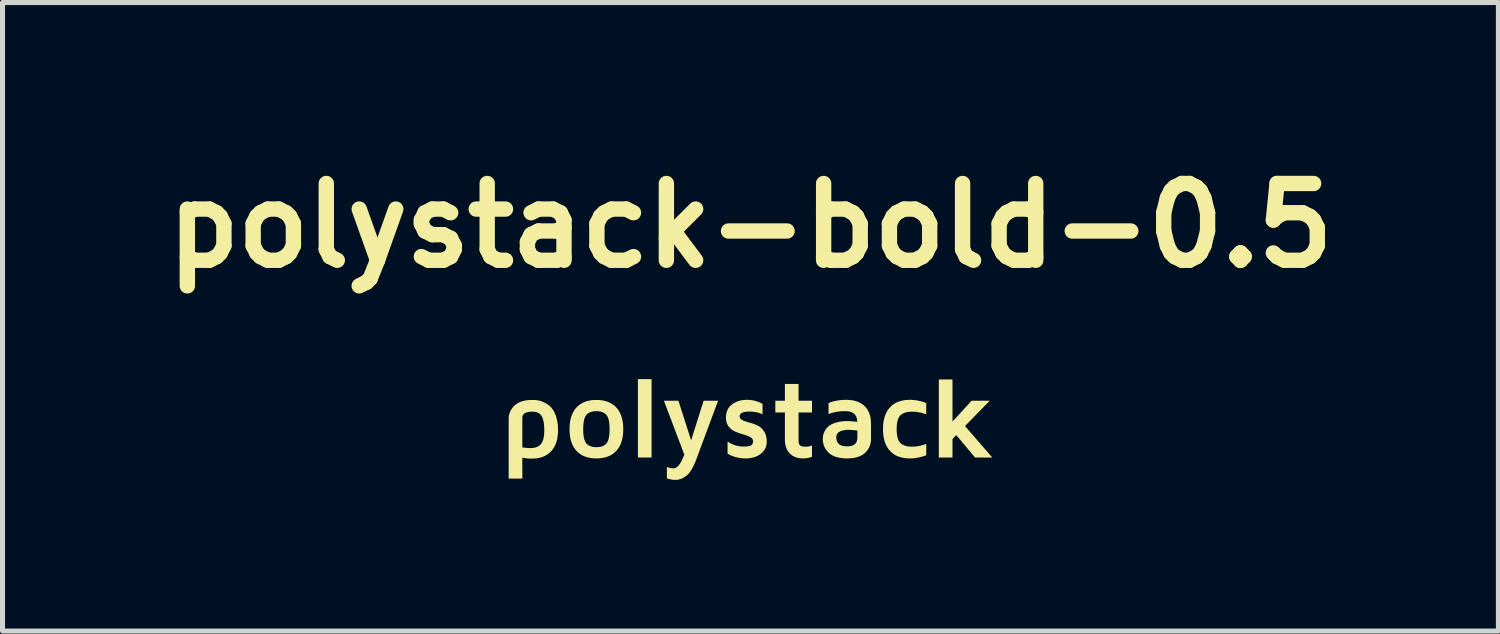
<source format=kicad_pcb>
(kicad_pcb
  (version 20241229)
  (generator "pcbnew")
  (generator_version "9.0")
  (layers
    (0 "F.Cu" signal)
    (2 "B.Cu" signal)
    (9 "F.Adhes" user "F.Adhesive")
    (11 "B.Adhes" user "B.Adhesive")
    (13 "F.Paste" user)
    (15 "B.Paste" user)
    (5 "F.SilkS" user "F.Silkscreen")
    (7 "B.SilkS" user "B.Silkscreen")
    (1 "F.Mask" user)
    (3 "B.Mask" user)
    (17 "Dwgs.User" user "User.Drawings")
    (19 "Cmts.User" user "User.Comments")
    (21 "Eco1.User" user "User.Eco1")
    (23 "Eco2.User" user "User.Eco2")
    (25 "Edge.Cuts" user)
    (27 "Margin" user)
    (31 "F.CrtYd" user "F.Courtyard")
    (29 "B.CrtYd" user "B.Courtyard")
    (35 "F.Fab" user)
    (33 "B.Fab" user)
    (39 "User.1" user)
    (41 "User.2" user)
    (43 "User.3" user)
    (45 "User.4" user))
  (footprint "polystack-bold-0.5"
    (layer "F.Cu")
    (at 11.844 5.474)
    (property "Reference" "polystack-bold-0.5" (at 0 -4.048 0) (layer "F.SilkS") (effects (font (size 1.524 1.524) (thickness 0.305))))
    (attr smd)
    (fp_poly (pts (xy -2.234 0.556) (xy -2.234 -1) (xy -1.963 -1) (xy -1.963 0.556) (xy -2.234 0.556)) (stroke (width 0) (type solid)) (fill yes) (layer "F.SilkS"))
    (fp_poly (pts (xy 3.738 0.556) (xy 3.738 -0.993) (xy 4.009 -0.993) (xy 4.009 -0.158) (xy 4.388 -0.571) (xy 4.748 -0.571) (xy 4.257 -0.069) (xy 4.799 0.556) (xy 4.457 0.556) (xy 4.084 0.111) (xy 4.009 0.187) (xy 4.009 0.556) (xy 3.738 0.556)) (stroke (width 0) (type solid)) (fill yes) (layer "F.SilkS"))
    (fp_poly (pts (xy 0.493 -0.338) (xy 0.493 -0.571) (xy 0.683 -0.571) (xy 0.683 -0.905) (xy 0.954 -0.905) (xy 0.954 -0.571) (xy 1.221 -0.571) (xy 1.221 -0.338) (xy 0.954 -0.338) (xy 0.954 0.217) (xy 0.955 0.235) (xy 0.956 0.251) (xy 0.958 0.265) (xy 0.962 0.278) (xy 0.966 0.29) (xy 0.971 0.3) (xy 0.977 0.308) (xy 0.984 0.315) (xy 0.991 0.321) (xy 1 0.325) (xy 1.01 0.329) (xy 1.021 0.333) (xy 1.033 0.336) (xy 1.046 0.338) (xy 1.06 0.339) (xy 1.075 0.34) (xy 1.092 0.341) (xy 1.106 0.34) (xy 1.12 0.34) (xy 1.134 0.338) (xy 1.148 0.337) (xy 1.161 0.335) (xy 1.173 0.332) (xy 1.186 0.329) (xy 1.198 0.325) (xy 1.21 0.321) (xy 1.221 0.316) (xy 1.221 0.54) (xy 1.209 0.545) (xy 1.196 0.55) (xy 1.184 0.554) (xy 1.171 0.557) (xy 1.158 0.561) (xy 1.145 0.564) (xy 1.131 0.566) (xy 1.118 0.568) (xy 1.104 0.57) (xy 1.09 0.571) (xy 1.076 0.572) (xy 1.062 0.573) (xy 1.048 0.573) (xy 1.042 0.573) (xy 1.027 0.573) (xy 1.012 0.572) (xy 0.998 0.571) (xy 0.984 0.57) (xy 0.97 0.568) (xy 0.956 0.566) (xy 0.943 0.563) (xy 0.93 0.56) (xy 0.917 0.557) (xy 0.905 0.553) (xy 0.893 0.548) (xy 0.881 0.544) (xy 0.869 0.539) (xy 0.858 0.533) (xy 0.847 0.527) (xy 0.837 0.521) (xy 0.826 0.514) (xy 0.816 0.507) (xy 0.806 0.499) (xy 0.797 0.491) (xy 0.788 0.483) (xy 0.779 0.474) (xy 0.771 0.465) (xy 0.763 0.456) (xy 0.755 0.447) (xy 0.748 0.437) (xy 0.742 0.427) (xy 0.735 0.417) (xy 0.729 0.407) (xy 0.724 0.396) (xy 0.718 0.385) (xy 0.714 0.374) (xy 0.709 0.362) (xy 0.705 0.35) (xy 0.701 0.338) (xy 0.698 0.325) (xy 0.695 0.313) (xy 0.692 0.3) (xy 0.689 0.286) (xy 0.687 0.273) (xy 0.686 0.259) (xy 0.685 0.245) (xy 0.684 0.23) (xy 0.683 0.216) (xy 0.683 0.201) (xy 0.683 -0.338) (xy 0.493 -0.338)) (stroke (width 0) (type solid)) (fill yes) (layer "F.SilkS"))
    (fp_poly (pts (xy -1.718 -0.571) (xy -1.43 -0.571) (xy -1.178 0.215) (xy -0.93 -0.571) (xy -0.643 -0.571) (xy -1.072 0.583) (xy -1.078 0.6) (xy -1.085 0.616) (xy -1.091 0.632) (xy -1.097 0.648) (xy -1.104 0.663) (xy -1.11 0.678) (xy -1.117 0.692) (xy -1.123 0.707) (xy -1.13 0.72) (xy -1.136 0.734) (xy -1.143 0.747) (xy -1.15 0.759) (xy -1.156 0.771) (xy -1.163 0.783) (xy -1.17 0.794) (xy -1.177 0.805) (xy -1.183 0.816) (xy -1.19 0.826) (xy -1.197 0.836) (xy -1.204 0.846) (xy -1.211 0.855) (xy -1.218 0.864) (xy -1.225 0.872) (xy -1.232 0.88) (xy -1.239 0.887) (xy -1.247 0.895) (xy -1.254 0.901) (xy -1.261 0.908) (xy -1.268 0.914) (xy -1.28 0.923) (xy -1.292 0.932) (xy -1.304 0.94) (xy -1.316 0.948) (xy -1.328 0.955) (xy -1.34 0.962) (xy -1.352 0.968) (xy -1.364 0.973) (xy -1.376 0.978) (xy -1.388 0.983) (xy -1.401 0.987) (xy -1.413 0.99) (xy -1.425 0.993) (xy -1.438 0.996) (xy -1.45 0.998) (xy -1.463 0.999) (xy -1.475 1) (xy -1.488 1) (xy -1.501 1) (xy -1.514 0.999) (xy -1.527 0.998) (xy -1.54 0.997) (xy -1.553 0.995) (xy -1.566 0.993) (xy -1.579 0.991) (xy -1.592 0.988) (xy -1.605 0.985) (xy -1.619 0.982) (xy -1.632 0.978) (xy -1.645 0.974) (xy -1.659 0.969) (xy -1.659 0.743) (xy -1.646 0.748) (xy -1.633 0.753) (xy -1.62 0.757) (xy -1.607 0.761) (xy -1.594 0.764) (xy -1.581 0.766) (xy -1.569 0.768) (xy -1.556 0.769) (xy -1.543 0.77) (xy -1.531 0.771) (xy -1.523 0.77) (xy -1.515 0.769) (xy -1.507 0.768) (xy -1.499 0.765) (xy -1.491 0.762) (xy -1.483 0.759) (xy -1.475 0.755) (xy -1.468 0.75) (xy -1.46 0.744) (xy -1.452 0.738) (xy -1.444 0.731) (xy -1.437 0.724) (xy -1.429 0.716) (xy -1.422 0.707) (xy -1.414 0.697) (xy -1.407 0.687) (xy -1.399 0.677) (xy -1.392 0.665) (xy -1.385 0.653) (xy -1.377 0.641) (xy -1.37 0.627) (xy -1.363 0.613) (xy -1.356 0.599) (xy -1.349 0.583) (xy -1.342 0.567) (xy -1.334 0.551) (xy -1.327 0.534) (xy -1.32 0.516) (xy -1.314 0.497) (xy -1.718 -0.571)) (stroke (width 0) (type solid)) (fill yes) (layer "F.SilkS"))
    (fp_poly (pts (xy 2.63 -0.007) (xy 2.63 -0.023) (xy 2.63 -0.038) (xy 2.631 -0.054) (xy 2.632 -0.069) (xy 2.633 -0.085) (xy 2.634 -0.099) (xy 2.635 -0.114) (xy 2.637 -0.129) (xy 2.639 -0.143) (xy 2.641 -0.157) (xy 2.643 -0.171) (xy 2.646 -0.185) (xy 2.649 -0.198) (xy 2.652 -0.211) (xy 2.655 -0.224) (xy 2.659 -0.237) (xy 2.662 -0.25) (xy 2.666 -0.262) (xy 2.67 -0.274) (xy 2.675 -0.286) (xy 2.679 -0.298) (xy 2.684 -0.309) (xy 2.689 -0.32) (xy 2.695 -0.331) (xy 2.7 -0.342) (xy 2.706 -0.353) (xy 2.712 -0.363) (xy 2.718 -0.374) (xy 2.724 -0.383) (xy 2.731 -0.393) (xy 2.738 -0.403) (xy 2.745 -0.412) (xy 2.752 -0.421) (xy 2.76 -0.43) (xy 2.768 -0.439) (xy 2.776 -0.448) (xy 2.785 -0.456) (xy 2.794 -0.465) (xy 2.803 -0.473) (xy 2.812 -0.481) (xy 2.822 -0.488) (xy 2.831 -0.496) (xy 2.841 -0.503) (xy 2.852 -0.509) (xy 2.862 -0.516) (xy 2.873 -0.522) (xy 2.884 -0.528) (xy 2.895 -0.534) (xy 2.906 -0.539) (xy 2.918 -0.544) (xy 2.929 -0.549) (xy 2.941 -0.553) (xy 2.953 -0.558) (xy 2.966 -0.562) (xy 2.978 -0.565) (xy 2.991 -0.569) (xy 3.004 -0.572) (xy 3.018 -0.575) (xy 3.031 -0.578) (xy 3.045 -0.58) (xy 3.059 -0.582) (xy 3.073 -0.584) (xy 3.087 -0.585) (xy 3.102 -0.586) (xy 3.117 -0.587) (xy 3.132 -0.588) (xy 3.147 -0.589) (xy 3.162 -0.589) (xy 3.176 -0.589) (xy 3.19 -0.588) (xy 3.204 -0.588) (xy 3.217 -0.587) (xy 3.231 -0.586) (xy 3.245 -0.585) (xy 3.258 -0.583) (xy 3.272 -0.582) (xy 3.286 -0.58) (xy 3.299 -0.578) (xy 3.313 -0.575) (xy 3.326 -0.573) (xy 3.34 -0.57) (xy 3.353 -0.567) (xy 3.367 -0.564) (xy 3.38 -0.561) (xy 3.394 -0.557) (xy 3.407 -0.553) (xy 3.421 -0.549) (xy 3.434 -0.545) (xy 3.447 -0.541) (xy 3.461 -0.536) (xy 3.474 -0.531) (xy 3.488 -0.526) (xy 3.488 -0.3) (xy 3.475 -0.305) (xy 3.462 -0.31) (xy 3.449 -0.314) (xy 3.436 -0.318) (xy 3.423 -0.323) (xy 3.41 -0.326) (xy 3.397 -0.33) (xy 3.384 -0.333) (xy 3.371 -0.336) (xy 3.357 -0.339) (xy 3.344 -0.342) (xy 3.331 -0.344) (xy 3.317 -0.346) (xy 3.304 -0.348) (xy 3.29 -0.349) (xy 3.277 -0.351) (xy 3.263 -0.352) (xy 3.249 -0.353) (xy 3.235 -0.353) (xy 3.221 -0.354) (xy 3.208 -0.354) (xy 3.191 -0.354) (xy 3.176 -0.353) (xy 3.16 -0.352) (xy 3.146 -0.351) (xy 3.131 -0.349) (xy 3.117 -0.347) (xy 3.104 -0.344) (xy 3.091 -0.341) (xy 3.078 -0.338) (xy 3.066 -0.334) (xy 3.054 -0.33) (xy 3.043 -0.325) (xy 3.032 -0.32) (xy 3.022 -0.315) (xy 3.012 -0.309) (xy 3.002 -0.303) (xy 2.993 -0.297) (xy 2.984 -0.29) (xy 2.976 -0.282) (xy 2.969 -0.276) (xy 2.963 -0.268) (xy 2.957 -0.26) (xy 2.951 -0.252) (xy 2.946 -0.243) (xy 2.941 -0.234) (xy 2.936 -0.224) (xy 2.931 -0.213) (xy 2.927 -0.202) (xy 2.923 -0.19) (xy 2.92 -0.178) (xy 2.917 -0.165) (xy 2.914 -0.152) (xy 2.911 -0.138) (xy 2.909 -0.123) (xy 2.907 -0.108) (xy 2.905 -0.093) (xy 2.904 -0.077) (xy 2.902 -0.06) (xy 2.902 -0.043) (xy 2.901 -0.025) (xy 2.901 -0.007) (xy 2.901 0.012) (xy 2.902 0.029) (xy 2.902 0.046) (xy 2.904 0.063) (xy 2.905 0.079) (xy 2.907 0.094) (xy 2.909 0.109) (xy 2.911 0.124) (xy 2.914 0.138) (xy 2.917 0.151) (xy 2.92 0.164) (xy 2.923 0.176) (xy 2.927 0.188) (xy 2.931 0.199) (xy 2.936 0.21) (xy 2.941 0.22) (xy 2.946 0.229) (xy 2.951 0.238) (xy 2.957 0.247) (xy 2.963 0.255) (xy 2.969 0.262) (xy 2.976 0.269) (xy 2.984 0.276) (xy 2.993 0.283) (xy 3.002 0.29) (xy 3.012 0.296) (xy 3.022 0.302) (xy 3.032 0.307) (xy 3.043 0.312) (xy 3.054 0.317) (xy 3.066 0.321) (xy 3.078 0.325) (xy 3.091 0.328) (xy 3.104 0.331) (xy 3.117 0.334) (xy 3.131 0.336) (xy 3.146 0.337) (xy 3.16 0.339) (xy 3.176 0.34) (xy 3.191 0.34) (xy 3.208 0.341) (xy 3.221 0.341) (xy 3.234 0.34) (xy 3.248 0.339) (xy 3.261 0.339) (xy 3.274 0.337) (xy 3.288 0.336) (xy 3.301 0.334) (xy 3.314 0.332) (xy 3.328 0.33) (xy 3.341 0.328) (xy 3.354 0.325) (xy 3.368 0.322) (xy 3.381 0.319) (xy 3.394 0.316) (xy 3.408 0.312) (xy 3.421 0.308) (xy 3.434 0.304) (xy 3.448 0.299) (xy 3.461 0.295) (xy 3.474 0.29) (xy 3.488 0.284) (xy 3.488 0.51) (xy 3.474 0.516) (xy 3.461 0.52) (xy 3.447 0.525) (xy 3.434 0.53) (xy 3.421 0.534) (xy 3.407 0.538) (xy 3.394 0.542) (xy 3.38 0.545) (xy 3.367 0.549) (xy 3.353 0.552) (xy 3.34 0.555) (xy 3.326 0.558) (xy 3.313 0.56) (xy 3.299 0.562) (xy 3.286 0.564) (xy 3.272 0.566) (xy 3.258 0.568) (xy 3.245 0.569) (xy 3.231 0.571) (xy 3.217 0.572) (xy 3.204 0.572) (xy 3.19 0.573) (xy 3.176 0.573) (xy 3.162 0.573) (xy 3.147 0.573) (xy 3.132 0.573) (xy 3.117 0.572) (xy 3.102 0.571) (xy 3.087 0.57) (xy 3.073 0.568) (xy 3.059 0.567) (xy 3.045 0.564) (xy 3.031 0.562) (xy 3.018 0.559) (xy 3.004 0.557) (xy 2.991 0.553) (xy 2.978 0.55) (xy 2.966 0.546) (xy 2.953 0.542) (xy 2.941 0.538) (xy 2.929 0.533) (xy 2.918 0.529) (xy 2.906 0.524) (xy 2.895 0.518) (xy 2.884 0.513) (xy 2.873 0.507) (xy 2.862 0.5) (xy 2.852 0.494) (xy 2.841 0.487) (xy 2.831 0.48) (xy 2.822 0.473) (xy 2.812 0.465) (xy 2.803 0.457) (xy 2.794 0.449) (xy 2.785 0.441) (xy 2.776 0.432) (xy 2.768 0.423) (xy 2.76 0.415) (xy 2.752 0.406) (xy 2.745 0.397) (xy 2.738 0.387) (xy 2.731 0.378) (xy 2.724 0.368) (xy 2.718 0.358) (xy 2.712 0.348) (xy 2.706 0.338) (xy 2.7 0.327) (xy 2.695 0.316) (xy 2.689 0.305) (xy 2.684 0.294) (xy 2.679 0.283) (xy 2.675 0.271) (xy 2.67 0.259) (xy 2.666 0.247) (xy 2.662 0.235) (xy 2.659 0.222) (xy 2.655 0.21) (xy 2.652 0.197) (xy 2.649 0.183) (xy 2.646 0.17) (xy 2.643 0.157) (xy 2.641 0.143) (xy 2.639 0.129) (xy 2.637 0.115) (xy 2.635 0.1) (xy 2.634 0.086) (xy 2.633 0.071) (xy 2.632 0.056) (xy 2.631 0.04) (xy 2.63 0.025) (xy 2.63 0.009) (xy 2.63 -0.007)) (stroke (width 0) (type solid)) (fill yes) (layer "F.SilkS"))
    (fp_poly (pts (xy -4.799 0.973) (xy -4.513 0.357) (xy -4.498 0.359) (xy -4.483 0.361) (xy -4.468 0.362) (xy -4.454 0.364) (xy -4.44 0.365) (xy -4.426 0.366) (xy -4.413 0.367) (xy -4.399 0.367) (xy -4.387 0.368) (xy -4.374 0.368) (xy -4.362 0.368) (xy -4.347 0.368) (xy -4.332 0.367) (xy -4.317 0.366) (xy -4.304 0.364) (xy -4.29 0.362) (xy -4.277 0.359) (xy -4.264 0.355) (xy -4.252 0.351) (xy -4.24 0.347) (xy -4.229 0.342) (xy -4.218 0.336) (xy -4.208 0.33) (xy -4.198 0.324) (xy -4.188 0.317) (xy -4.179 0.309) (xy -4.17 0.301) (xy -4.162 0.292) (xy -4.156 0.285) (xy -4.15 0.277) (xy -4.145 0.269) (xy -4.139 0.26) (xy -4.134 0.251) (xy -4.13 0.241) (xy -4.125 0.231) (xy -4.121 0.221) (xy -4.117 0.21) (xy -4.113 0.198) (xy -4.11 0.186) (xy -4.107 0.173) (xy -4.104 0.16) (xy -4.102 0.147) (xy -4.1 0.133) (xy -4.098 0.118) (xy -4.096 0.103) (xy -4.095 0.088) (xy -4.094 0.072) (xy -4.093 0.055) (xy -4.093 0.038) (xy -4.093 0.021) (xy -4.093 0.003) (xy -4.093 -0.014) (xy -4.094 -0.031) (xy -4.094 -0.047) (xy -4.095 -0.063) (xy -4.097 -0.079) (xy -4.098 -0.094) (xy -4.1 -0.109) (xy -4.101 -0.123) (xy -4.103 -0.137) (xy -4.106 -0.15) (xy -4.108 -0.163) (xy -4.111 -0.175) (xy -4.114 -0.187) (xy -4.117 -0.198) (xy -4.12 -0.209) (xy -4.124 -0.22) (xy -4.127 -0.23) (xy -4.131 -0.24) (xy -4.136 -0.249) (xy -4.14 -0.257) (xy -4.145 -0.266) (xy -4.151 -0.276) (xy -4.158 -0.285) (xy -4.165 -0.294) (xy -4.173 -0.302) (xy -4.182 -0.31) (xy -4.191 -0.317) (xy -4.2 -0.323) (xy -4.21 -0.329) (xy -4.221 -0.334) (xy -4.232 -0.339) (xy -4.244 -0.343) (xy -4.256 -0.346) (xy -4.269 -0.349) (xy -4.282 -0.351) (xy -4.296 -0.353) (xy -4.31 -0.354) (xy -4.325 -0.354) (xy -4.343 -0.354) (xy -4.359 -0.353) (xy -4.375 -0.352) (xy -4.39 -0.35) (xy -4.404 -0.348) (xy -4.417 -0.346) (xy -4.43 -0.343) (xy -4.442 -0.339) (xy -4.453 -0.335) (xy -4.463 -0.331) (xy -4.473 -0.326) (xy -4.482 -0.321) (xy -4.49 -0.315) (xy -4.497 -0.309) (xy -4.504 -0.302) (xy -4.509 -0.295) (xy -4.514 -0.288) (xy -4.519 -0.28) (xy -4.522 -0.271) (xy -4.525 -0.262) (xy -4.527 -0.253) (xy -4.528 -0.243) (xy -4.528 -0.233) (xy -4.528 0.355) (xy -4.528 0.355) (xy -4.513 0.357) (xy -4.799 0.973) (xy -4.799 -0.207) (xy -4.799 -0.221) (xy -4.799 -0.234) (xy -4.797 -0.247) (xy -4.796 -0.26) (xy -4.794 -0.273) (xy -4.792 -0.285) (xy -4.789 -0.298) (xy -4.785 -0.31) (xy -4.782 -0.322) (xy -4.778 -0.334) (xy -4.773 -0.346) (xy -4.768 -0.357) (xy -4.762 -0.369) (xy -4.757 -0.38) (xy -4.75 -0.391) (xy -4.743 -0.402) (xy -4.736 -0.413) (xy -4.729 -0.424) (xy -4.72 -0.434) (xy -4.712 -0.444) (xy -4.703 -0.454) (xy -4.694 -0.464) (xy -4.684 -0.474) (xy -4.675 -0.482) (xy -4.667 -0.489) (xy -4.658 -0.496) (xy -4.649 -0.503) (xy -4.64 -0.509) (xy -4.63 -0.516) (xy -4.62 -0.522) (xy -4.61 -0.528) (xy -4.599 -0.533) (xy -4.588 -0.538) (xy -4.577 -0.543) (xy -4.566 -0.548) (xy -4.554 -0.552) (xy -4.542 -0.556) (xy -4.529 -0.56) (xy -4.517 -0.564) (xy -4.504 -0.567) (xy -4.491 -0.57) (xy -4.477 -0.573) (xy -4.463 -0.576) (xy -4.449 -0.578) (xy -4.435 -0.58) (xy -4.42 -0.582) (xy -4.405 -0.583) (xy -4.39 -0.584) (xy -4.374 -0.585) (xy -4.358 -0.586) (xy -4.342 -0.586) (xy -4.325 -0.587) (xy -4.311 -0.586) (xy -4.297 -0.586) (xy -4.283 -0.585) (xy -4.269 -0.584) (xy -4.256 -0.583) (xy -4.242 -0.582) (xy -4.228 -0.58) (xy -4.214 -0.578) (xy -4.203 -0.576) (xy -4.191 -0.573) (xy -4.179 -0.57) (xy -4.166 -0.566) (xy -4.153 -0.562) (xy -4.14 -0.557) (xy -4.126 -0.551) (xy -4.112 -0.545) (xy -4.098 -0.539) (xy -4.083 -0.531) (xy -4.07 -0.525) (xy -4.058 -0.518) (xy -4.046 -0.511) (xy -4.035 -0.504) (xy -4.023 -0.496) (xy -4.012 -0.488) (xy -4.002 -0.48) (xy -3.991 -0.472) (xy -3.981 -0.463) (xy -3.971 -0.454) (xy -3.962 -0.444) (xy -3.953 -0.434) (xy -3.946 -0.426) (xy -3.939 -0.417) (xy -3.932 -0.408) (xy -3.925 -0.399) (xy -3.918 -0.388) (xy -3.912 -0.378) (xy -3.905 -0.366) (xy -3.899 -0.355) (xy -3.893 -0.343) (xy -3.887 -0.33) (xy -3.881 -0.317) (xy -3.876 -0.303) (xy -3.87 -0.289) (xy -3.864 -0.274) (xy -3.859 -0.259) (xy -3.855 -0.247) (xy -3.852 -0.236) (xy -3.848 -0.224) (xy -3.845 -0.212) (xy -3.842 -0.199) (xy -3.839 -0.187) (xy -3.836 -0.174) (xy -3.834 -0.161) (xy -3.831 -0.148) (xy -3.829 -0.135) (xy -3.827 -0.122) (xy -3.826 -0.108) (xy -3.824 -0.095) (xy -3.823 -0.081) (xy -3.822 -0.067) (xy -3.821 -0.052) (xy -3.82 -0.038) (xy -3.82 -0.023) (xy -3.819 -0.008) (xy -3.819 0.007) (xy -3.819 0.023) (xy -3.82 0.039) (xy -3.82 0.054) (xy -3.821 0.07) (xy -3.822 0.085) (xy -3.824 0.1) (xy -3.825 0.115) (xy -3.827 0.129) (xy -3.829 0.144) (xy -3.831 0.158) (xy -3.834 0.172) (xy -3.836 0.185) (xy -3.839 0.199) (xy -3.842 0.212) (xy -3.846 0.225) (xy -3.849 0.238) (xy -3.853 0.25) (xy -3.857 0.263) (xy -3.862 0.275) (xy -3.866 0.287) (xy -3.871 0.298) (xy -3.876 0.31) (xy -3.881 0.321) (xy -3.887 0.332) (xy -3.893 0.343) (xy -3.899 0.353) (xy -3.905 0.364) (xy -3.911 0.374) (xy -3.918 0.384) (xy -3.925 0.393) (xy -3.932 0.403) (xy -3.939 0.412) (xy -3.947 0.421) (xy -3.955 0.43) (xy -3.963 0.439) (xy -3.972 0.447) (xy -3.981 0.456) (xy -3.99 0.464) (xy -3.999 0.471) (xy -4.008 0.479) (xy -4.018 0.486) (xy -4.028 0.493) (xy -4.038 0.5) (xy -4.048 0.506) (xy -4.058 0.512) (xy -4.069 0.518) (xy -4.08 0.523) (xy -4.091 0.529) (xy -4.102 0.534) (xy -4.114 0.539) (xy -4.126 0.543) (xy -4.138 0.547) (xy -4.15 0.551) (xy -4.162 0.555) (xy -4.175 0.558) (xy -4.188 0.561) (xy -4.201 0.564) (xy -4.214 0.567) (xy -4.227 0.569) (xy -4.241 0.571) (xy -4.255 0.573) (xy -4.269 0.574) (xy -4.284 0.576) (xy -4.298 0.577) (xy -4.313 0.577) (xy -4.328 0.578) (xy -4.343 0.578) (xy -4.357 0.578) (xy -4.37 0.577) (xy -4.383 0.577) (xy -4.397 0.576) (xy -4.41 0.575) (xy -4.423 0.574) (xy -4.437 0.573) (xy -4.45 0.571) (xy -4.463 0.57) (xy -4.476 0.568) (xy -4.489 0.565) (xy -4.502 0.563) (xy -4.515 0.561) (xy -4.528 0.558) (xy -4.528 0.974) (xy -4.799 0.974) (xy -4.799 0.973)) (stroke (width 0) (type solid)) (fill yes) (layer "F.SilkS"))
    (fp_poly (pts (xy -0.487 -0.237) (xy -0.486 -0.252) (xy -0.486 -0.266) (xy -0.485 -0.28) (xy -0.483 -0.294) (xy -0.481 -0.307) (xy -0.479 -0.32) (xy -0.476 -0.333) (xy -0.472 -0.346) (xy -0.468 -0.358) (xy -0.464 -0.37) (xy -0.459 -0.381) (xy -0.454 -0.393) (xy -0.449 -0.404) (xy -0.443 -0.414) (xy -0.436 -0.425) (xy -0.429 -0.435) (xy -0.422 -0.445) (xy -0.414 -0.454) (xy -0.405 -0.463) (xy -0.397 -0.472) (xy -0.387 -0.481) (xy -0.378 -0.489) (xy -0.368 -0.497) (xy -0.358 -0.505) (xy -0.347 -0.512) (xy -0.337 -0.519) (xy -0.326 -0.525) (xy -0.315 -0.531) (xy -0.304 -0.537) (xy -0.293 -0.543) (xy -0.281 -0.548) (xy -0.269 -0.553) (xy -0.257 -0.558) (xy -0.245 -0.562) (xy -0.233 -0.566) (xy -0.22 -0.569) (xy -0.208 -0.573) (xy -0.195 -0.576) (xy -0.181 -0.579) (xy -0.168 -0.581) (xy -0.155 -0.583) (xy -0.141 -0.585) (xy -0.127 -0.586) (xy -0.113 -0.587) (xy -0.098 -0.588) (xy -0.084 -0.589) (xy -0.069 -0.589) (xy -0.055 -0.589) (xy -0.041 -0.588) (xy -0.027 -0.587) (xy -0.014 -0.586) (xy -0.000278 -0.585) (xy 0.013 -0.584) (xy 0.027 -0.582) (xy 0.04 -0.58) (xy 0.053 -0.577) (xy 0.066 -0.575) (xy 0.079 -0.572) (xy 0.092 -0.569) (xy 0.105 -0.565) (xy 0.117 -0.561) (xy 0.13 -0.557) (xy 0.142 -0.553) (xy 0.155 -0.548) (xy 0.167 -0.543) (xy 0.179 -0.538) (xy 0.191 -0.533) (xy 0.203 -0.527) (xy 0.215 -0.521) (xy 0.227 -0.515) (xy 0.239 -0.508) (xy 0.239 -0.302) (xy 0.227 -0.307) (xy 0.215 -0.312) (xy 0.204 -0.317) (xy 0.192 -0.322) (xy 0.179 -0.326) (xy 0.167 -0.33) (xy 0.155 -0.333) (xy 0.142 -0.337) (xy 0.129 -0.34) (xy 0.116 -0.343) (xy 0.103 -0.345) (xy 0.09 -0.347) (xy 0.077 -0.349) (xy 0.063 -0.351) (xy 0.049 -0.353) (xy 0.035 -0.354) (xy 0.021 -0.355) (xy 0.007 -0.356) (xy -0.007 -0.356) (xy -0.021 -0.356) (xy -0.04 -0.356) (xy -0.057 -0.355) (xy -0.073 -0.354) (xy -0.088 -0.353) (xy -0.103 -0.351) (xy -0.117 -0.348) (xy -0.129 -0.346) (xy -0.141 -0.342) (xy -0.152 -0.339) (xy -0.162 -0.335) (xy -0.172 -0.33) (xy -0.18 -0.325) (xy -0.187 -0.32) (xy -0.194 -0.314) (xy -0.2 -0.308) (xy -0.205 -0.301) (xy -0.208 -0.294) (xy -0.212 -0.286) (xy -0.214 -0.278) (xy -0.215 -0.27) (xy -0.216 -0.261) (xy -0.215 -0.25) (xy -0.212 -0.239) (xy -0.208 -0.229) (xy -0.202 -0.219) (xy -0.194 -0.21) (xy -0.185 -0.201) (xy -0.173 -0.194) (xy -0.16 -0.186) (xy -0.15 -0.182) (xy -0.14 -0.177) (xy -0.129 -0.172) (xy -0.117 -0.168) (xy -0.105 -0.163) (xy -0.093 -0.159) (xy -0.08 -0.155) (xy -0.067 -0.151) (xy -0.054 -0.147) (xy -0.04 -0.143) (xy -0.026 -0.139) (xy -0.013 -0.135) (xy 0.001 -0.132) (xy 0.014 -0.128) (xy 0.027 -0.124) (xy 0.04 -0.12) (xy 0.053 -0.115) (xy 0.066 -0.111) (xy 0.079 -0.106) (xy 0.093 -0.1) (xy 0.106 -0.095) (xy 0.119 -0.09) (xy 0.132 -0.084) (xy 0.143 -0.079) (xy 0.154 -0.073) (xy 0.165 -0.067) (xy 0.175 -0.06) (xy 0.185 -0.053) (xy 0.195 -0.046) (xy 0.205 -0.037) (xy 0.215 -0.029) (xy 0.224 -0.02) (xy 0.233 -0.01) (xy 0.241 -0.000145) (xy 0.25 0.01) (xy 0.258 0.021) (xy 0.266 0.033) (xy 0.273 0.043) (xy 0.279 0.053) (xy 0.284 0.064) (xy 0.29 0.074) (xy 0.294 0.086) (xy 0.299 0.097) (xy 0.303 0.109) (xy 0.307 0.121) (xy 0.31 0.133) (xy 0.313 0.146) (xy 0.315 0.159) (xy 0.318 0.172) (xy 0.319 0.186) (xy 0.321 0.2) (xy 0.322 0.214) (xy 0.322 0.229) (xy 0.322 0.244) (xy 0.322 0.257) (xy 0.321 0.27) (xy 0.32 0.283) (xy 0.318 0.296) (xy 0.316 0.309) (xy 0.313 0.321) (xy 0.31 0.333) (xy 0.306 0.345) (xy 0.301 0.357) (xy 0.296 0.368) (xy 0.291 0.379) (xy 0.285 0.39) (xy 0.278 0.401) (xy 0.271 0.412) (xy 0.263 0.422) (xy 0.255 0.432) (xy 0.247 0.442) (xy 0.237 0.452) (xy 0.228 0.461) (xy 0.217 0.471) (xy 0.207 0.48) (xy 0.197 0.487) (xy 0.187 0.495) (xy 0.177 0.502) (xy 0.166 0.508) (xy 0.156 0.515) (xy 0.145 0.521) (xy 0.133 0.526) (xy 0.122 0.532) (xy 0.11 0.537) (xy 0.098 0.541) (xy 0.086 0.546) (xy 0.073 0.55) (xy 0.061 0.554) (xy 0.047 0.557) (xy 0.034 0.56) (xy 0.021 0.563) (xy 0.007 0.565) (xy -0.007 0.567) (xy -0.022 0.569) (xy -0.036 0.571) (xy -0.051 0.572) (xy -0.066 0.573) (xy -0.082 0.573) (xy -0.098 0.573) (xy -0.111 0.573) (xy -0.125 0.573) (xy -0.139 0.572) (xy -0.152 0.571) (xy -0.166 0.57) (xy -0.179 0.569) (xy -0.193 0.567) (xy -0.206 0.566) (xy -0.219 0.564) (xy -0.232 0.561) (xy -0.245 0.559) (xy -0.258 0.556) (xy -0.271 0.553) (xy -0.284 0.55) (xy -0.297 0.547) (xy -0.309 0.543) (xy -0.322 0.539) (xy -0.334 0.535) (xy -0.347 0.531) (xy -0.359 0.526) (xy -0.371 0.521) (xy -0.383 0.516) (xy -0.395 0.511) (xy -0.408 0.505) (xy -0.419 0.499) (xy -0.431 0.493) (xy -0.443 0.487) (xy -0.455 0.481) (xy -0.455 0.239) (xy -0.443 0.247) (xy -0.431 0.254) (xy -0.419 0.262) (xy -0.407 0.268) (xy -0.394 0.275) (xy -0.382 0.281) (xy -0.37 0.287) (xy -0.357 0.293) (xy -0.345 0.298) (xy -0.332 0.303) (xy -0.32 0.307) (xy -0.307 0.312) (xy -0.294 0.316) (xy -0.281 0.319) (xy -0.269 0.323) (xy -0.256 0.326) (xy -0.243 0.328) (xy -0.23 0.331) (xy -0.216 0.333) (xy -0.203 0.334) (xy -0.19 0.336) (xy -0.177 0.337) (xy -0.163 0.338) (xy -0.15 0.338) (xy -0.136 0.338) (xy -0.117 0.338) (xy -0.099 0.338) (xy -0.083 0.337) (xy -0.067 0.336) (xy -0.053 0.334) (xy -0.04 0.332) (xy -0.028 0.329) (xy -0.017 0.327) (xy -0.007 0.324) (xy 0.002 0.32) (xy 0.01 0.316) (xy 0.016 0.312) (xy 0.024 0.305) (xy 0.031 0.297) (xy 0.037 0.288) (xy 0.042 0.278) (xy 0.046 0.267) (xy 0.049 0.256) (xy 0.051 0.243) (xy 0.051 0.23) (xy 0.051 0.22) (xy 0.048 0.209) (xy 0.045 0.2) (xy 0.04 0.19) (xy 0.034 0.181) (xy 0.026 0.173) (xy 0.017 0.165) (xy 0.007 0.158) (xy -0.005 0.151) (xy -0.015 0.145) (xy -0.026 0.14) (xy -0.037 0.135) (xy -0.048 0.13) (xy -0.06 0.125) (xy -0.072 0.12) (xy -0.085 0.115) (xy -0.098 0.111) (xy -0.111 0.106) (xy -0.125 0.102) (xy -0.139 0.098) (xy -0.153 0.094) (xy -0.166 0.09) (xy -0.179 0.086) (xy -0.192 0.082) (xy -0.205 0.077) (xy -0.218 0.073) (xy -0.231 0.068) (xy -0.244 0.064) (xy -0.257 0.059) (xy -0.271 0.054) (xy -0.284 0.049) (xy -0.297 0.044) (xy -0.309 0.039) (xy -0.321 0.034) (xy -0.332 0.028) (xy -0.343 0.021) (xy -0.354 0.014) (xy -0.365 0.007) (xy -0.375 -0.001) (xy -0.385 -0.009) (xy -0.395 -0.018) (xy -0.404 -0.027) (xy -0.414 -0.037) (xy -0.423 -0.047) (xy -0.432 -0.057) (xy -0.439 -0.067) (xy -0.445 -0.077) (xy -0.451 -0.087) (xy -0.457 -0.098) (xy -0.462 -0.109) (xy -0.467 -0.12) (xy -0.471 -0.132) (xy -0.475 -0.144) (xy -0.478 -0.156) (xy -0.481 -0.169) (xy -0.483 -0.182) (xy -0.485 -0.195) (xy -0.486 -0.209) (xy -0.486 -0.223) (xy -0.487 -0.237)) (stroke (width 0) (type solid)) (fill yes) (layer "F.SilkS"))
    (fp_poly (pts (xy 1.435 0.187) (xy 1.703 0.153) (xy 1.703 0.166) (xy 1.704 0.178) (xy 1.705 0.19) (xy 1.707 0.201) (xy 1.709 0.212) (xy 1.712 0.222) (xy 1.716 0.232) (xy 1.72 0.242) (xy 1.725 0.251) (xy 1.73 0.259) (xy 1.736 0.267) (xy 1.742 0.275) (xy 1.749 0.282) (xy 1.756 0.289) (xy 1.764 0.295) (xy 1.772 0.301) (xy 1.781 0.306) (xy 1.791 0.311) (xy 1.801 0.315) (xy 1.811 0.319) (xy 1.822 0.323) (xy 1.834 0.326) (xy 1.846 0.328) (xy 1.859 0.33) (xy 1.872 0.332) (xy 1.886 0.333) (xy 1.901 0.334) (xy 1.915 0.334) (xy 1.918 0.334) (xy 1.932 0.334) (xy 1.947 0.333) (xy 1.96 0.332) (xy 1.973 0.33) (xy 1.986 0.328) (xy 1.998 0.326) (xy 2.009 0.323) (xy 2.02 0.319) (xy 2.03 0.315) (xy 2.04 0.311) (xy 2.049 0.306) (xy 2.058 0.3) (xy 2.066 0.294) (xy 2.074 0.288) (xy 2.08 0.281) (xy 2.087 0.274) (xy 2.093 0.266) (xy 2.098 0.258) (xy 2.103 0.249) (xy 2.107 0.24) (xy 2.111 0.231) (xy 2.114 0.221) (xy 2.116 0.21) (xy 2.118 0.199) (xy 2.119 0.188) (xy 2.12 0.176) (xy 2.121 0.163) (xy 2.121 0.021) (xy 2.105 0.019) (xy 2.09 0.017) (xy 2.075 0.015) (xy 2.06 0.013) (xy 2.046 0.012) (xy 2.033 0.011) (xy 2.019 0.01) (xy 2.006 0.009) (xy 1.994 0.008) (xy 1.982 0.007) (xy 1.97 0.007) (xy 1.958 0.007) (xy 1.941 0.007) (xy 1.925 0.007) (xy 1.908 0.008) (xy 1.893 0.009) (xy 1.878 0.011) (xy 1.864 0.013) (xy 1.85 0.015) (xy 1.837 0.018) (xy 1.825 0.021) (xy 1.813 0.024) (xy 1.802 0.028) (xy 1.791 0.032) (xy 1.781 0.036) (xy 1.772 0.041) (xy 1.763 0.046) (xy 1.755 0.051) (xy 1.747 0.057) (xy 1.74 0.063) (xy 1.734 0.07) (xy 1.728 0.076) (xy 1.723 0.084) (xy 1.718 0.091) (xy 1.714 0.099) (xy 1.711 0.107) (xy 1.708 0.116) (xy 1.706 0.124) (xy 1.704 0.134) (xy 1.703 0.143) (xy 1.703 0.153) (xy 1.703 0.153) (xy 1.435 0.187) (xy 1.435 0.174) (xy 1.436 0.16) (xy 1.437 0.146) (xy 1.439 0.132) (xy 1.441 0.118) (xy 1.444 0.107) (xy 1.447 0.096) (xy 1.451 0.084) (xy 1.456 0.071) (xy 1.462 0.057) (xy 1.468 0.043) (xy 1.476 0.028) (xy 1.482 0.016) (xy 1.489 0.004) (xy 1.497 -0.007) (xy 1.505 -0.018) (xy 1.514 -0.028) (xy 1.523 -0.039) (xy 1.532 -0.048) (xy 1.542 -0.058) (xy 1.553 -0.067) (xy 1.561 -0.074) (xy 1.57 -0.081) (xy 1.58 -0.087) (xy 1.59 -0.093) (xy 1.601 -0.099) (xy 1.613 -0.105) (xy 1.625 -0.111) (xy 1.638 -0.116) (xy 1.652 -0.122) (xy 1.666 -0.127) (xy 1.681 -0.132) (xy 1.696 -0.137) (xy 1.707 -0.14) (xy 1.719 -0.143) (xy 1.731 -0.146) (xy 1.743 -0.149) (xy 1.755 -0.152) (xy 1.767 -0.154) (xy 1.78 -0.156) (xy 1.793 -0.158) (xy 1.806 -0.16) (xy 1.819 -0.161) (xy 1.833 -0.163) (xy 1.847 -0.164) (xy 1.861 -0.165) (xy 1.875 -0.166) (xy 1.89 -0.166) (xy 1.905 -0.166) (xy 1.92 -0.166) (xy 1.932 -0.166) (xy 1.945 -0.166) (xy 1.957 -0.166) (xy 1.97 -0.165) (xy 1.983 -0.165) (xy 1.996 -0.164) (xy 2.009 -0.163) (xy 2.022 -0.162) (xy 2.036 -0.161) (xy 2.049 -0.16) (xy 2.063 -0.158) (xy 2.077 -0.157) (xy 2.09 -0.155) (xy 2.104 -0.153) (xy 2.118 -0.151) (xy 2.118 -0.164) (xy 2.117 -0.176) (xy 2.116 -0.188) (xy 2.115 -0.199) (xy 2.113 -0.211) (xy 2.11 -0.221) (xy 2.108 -0.232) (xy 2.104 -0.242) (xy 2.101 -0.251) (xy 2.096 -0.26) (xy 2.092 -0.269) (xy 2.087 -0.278) (xy 2.081 -0.286) (xy 2.075 -0.293) (xy 2.069 -0.301) (xy 2.062 -0.307) (xy 2.055 -0.314) (xy 2.047 -0.32) (xy 2.039 -0.326) (xy 2.03 -0.331) (xy 2.021 -0.336) (xy 2.012 -0.34) (xy 2.002 -0.344) (xy 1.992 -0.348) (xy 1.981 -0.351) (xy 1.97 -0.354) (xy 1.958 -0.357) (xy 1.946 -0.359) (xy 1.934 -0.361) (xy 1.921 -0.362) (xy 1.907 -0.363) (xy 1.893 -0.364) (xy 1.879 -0.364) (xy 1.864 -0.364) (xy 1.849 -0.363) (xy 1.834 -0.363) (xy 1.82 -0.362) (xy 1.805 -0.362) (xy 1.791 -0.361) (xy 1.777 -0.359) (xy 1.763 -0.358) (xy 1.749 -0.356) (xy 1.735 -0.355) (xy 1.722 -0.353) (xy 1.708 -0.351) (xy 1.695 -0.348) (xy 1.682 -0.346) (xy 1.669 -0.343) (xy 1.657 -0.34) (xy 1.644 -0.337) (xy 1.632 -0.334) (xy 1.62 -0.331) (xy 1.607 -0.327) (xy 1.596 -0.323) (xy 1.584 -0.319) (xy 1.572 -0.315) (xy 1.561 -0.311) (xy 1.549 -0.306) (xy 1.549 -0.526) (xy 1.561 -0.531) (xy 1.574 -0.535) (xy 1.586 -0.54) (xy 1.598 -0.544) (xy 1.611 -0.548) (xy 1.623 -0.552) (xy 1.636 -0.555) (xy 1.648 -0.559) (xy 1.661 -0.562) (xy 1.674 -0.565) (xy 1.687 -0.568) (xy 1.7 -0.57) (xy 1.713 -0.573) (xy 1.727 -0.575) (xy 1.74 -0.577) (xy 1.754 -0.579) (xy 1.767 -0.581) (xy 1.781 -0.583) (xy 1.795 -0.584) (xy 1.809 -0.585) (xy 1.823 -0.586) (xy 1.837 -0.587) (xy 1.851 -0.588) (xy 1.866 -0.588) (xy 1.88 -0.589) (xy 1.895 -0.589) (xy 1.91 -0.589) (xy 1.926 -0.588) (xy 1.942 -0.587) (xy 1.957 -0.587) (xy 1.972 -0.585) (xy 1.987 -0.584) (xy 2.001 -0.582) (xy 2.015 -0.58) (xy 2.029 -0.578) (xy 2.043 -0.575) (xy 2.056 -0.572) (xy 2.07 -0.569) (xy 2.082 -0.566) (xy 2.095 -0.562) (xy 2.108 -0.558) (xy 2.12 -0.554) (xy 2.132 -0.549) (xy 2.143 -0.544) (xy 2.155 -0.539) (xy 2.166 -0.534) (xy 2.177 -0.528) (xy 2.188 -0.522) (xy 2.198 -0.516) (xy 2.208 -0.51) (xy 2.218 -0.503) (xy 2.228 -0.496) (xy 2.237 -0.489) (xy 2.246 -0.481) (xy 2.255 -0.473) (xy 2.264 -0.465) (xy 2.272 -0.457) (xy 2.28 -0.448) (xy 2.288 -0.44) (xy 2.296 -0.431) (xy 2.303 -0.421) (xy 2.31 -0.412) (xy 2.317 -0.402) (xy 2.323 -0.392) (xy 2.329 -0.382) (xy 2.335 -0.371) (xy 2.34 -0.361) (xy 2.346 -0.35) (xy 2.351 -0.338) (xy 2.355 -0.327) (xy 2.36 -0.315) (xy 2.364 -0.303) (xy 2.368 -0.291) (xy 2.371 -0.279) (xy 2.375 -0.266) (xy 2.378 -0.253) (xy 2.38 -0.24) (xy 2.383 -0.226) (xy 2.385 -0.213) (xy 2.387 -0.199) (xy 2.388 -0.185) (xy 2.389 -0.17) (xy 2.39 -0.156) (xy 2.391 -0.141) (xy 2.392 -0.126) (xy 2.392 -0.11) (xy 2.392 0.194) (xy 2.392 0.207) (xy 2.391 0.221) (xy 2.39 0.234) (xy 2.388 0.247) (xy 2.386 0.26) (xy 2.384 0.272) (xy 2.381 0.285) (xy 2.378 0.297) (xy 2.374 0.309) (xy 2.37 0.321) (xy 2.365 0.333) (xy 2.36 0.345) (xy 2.354 0.356) (xy 2.348 0.367) (xy 2.342 0.378) (xy 2.335 0.389) (xy 2.328 0.4) (xy 2.32 0.411) (xy 2.312 0.422) (xy 2.303 0.432) (xy 2.294 0.442) (xy 2.285 0.452) (xy 2.275 0.462) (xy 2.267 0.469) (xy 2.258 0.477) (xy 2.25 0.484) (xy 2.241 0.491) (xy 2.231 0.497) (xy 2.222 0.503) (xy 2.212 0.509) (xy 2.201 0.515) (xy 2.191 0.52) (xy 2.18 0.525) (xy 2.169 0.53) (xy 2.158 0.535) (xy 2.146 0.539) (xy 2.134 0.543) (xy 2.121 0.547) (xy 2.109 0.551) (xy 2.096 0.554) (xy 2.083 0.557) (xy 2.069 0.56) (xy 2.055 0.563) (xy 2.041 0.565) (xy 2.027 0.567) (xy 2.012 0.568) (xy 1.997 0.57) (xy 1.982 0.571) (xy 1.966 0.572) (xy 1.95 0.573) (xy 1.934 0.573) (xy 1.918 0.573) (xy 1.901 0.573) (xy 1.885 0.573) (xy 1.869 0.572) (xy 1.854 0.571) (xy 1.839 0.57) (xy 1.824 0.569) (xy 1.809 0.567) (xy 1.795 0.565) (xy 1.781 0.563) (xy 1.767 0.561) (xy 1.753 0.558) (xy 1.74 0.555) (xy 1.727 0.552) (xy 1.714 0.549) (xy 1.702 0.545) (xy 1.69 0.541) (xy 1.678 0.537) (xy 1.667 0.533) (xy 1.656 0.528) (xy 1.645 0.523) (xy 1.634 0.518) (xy 1.624 0.513) (xy 1.614 0.507) (xy 1.604 0.501) (xy 1.595 0.495) (xy 1.585 0.489) (xy 1.577 0.482) (xy 1.568 0.475) (xy 1.56 0.468) (xy 1.552 0.461) (xy 1.542 0.451) (xy 1.532 0.441) (xy 1.523 0.431) (xy 1.515 0.42) (xy 1.506 0.41) (xy 1.499 0.399) (xy 1.491 0.388) (xy 1.485 0.377) (xy 1.478 0.365) (xy 1.472 0.354) (xy 1.467 0.342) (xy 1.462 0.33) (xy 1.457 0.318) (xy 1.453 0.306) (xy 1.449 0.294) (xy 1.446 0.281) (xy 1.443 0.268) (xy 1.44 0.255) (xy 1.438 0.242) (xy 1.437 0.229) (xy 1.436 0.215) (xy 1.435 0.201) (xy 1.435 0.187)) (stroke (width 0) (type solid)) (fill yes) (layer "F.SilkS"))
    (fp_poly (pts (xy -3.453 0.423) (xy -3.301 -0.195) (xy -3.304 -0.182) (xy -3.307 -0.169) (xy -3.309 -0.155) (xy -3.312 -0.141) (xy -3.313 -0.126) (xy -3.315 -0.11) (xy -3.317 -0.094) (xy -3.318 -0.078) (xy -3.319 -0.06) (xy -3.319 -0.043) (xy -3.32 -0.024) (xy -3.32 -0.006) (xy -3.32 0.013) (xy -3.319 0.031) (xy -3.319 0.049) (xy -3.318 0.066) (xy -3.317 0.083) (xy -3.315 0.099) (xy -3.313 0.114) (xy -3.312 0.129) (xy -3.309 0.143) (xy -3.307 0.157) (xy -3.304 0.17) (xy -3.301 0.183) (xy -3.298 0.195) (xy -3.294 0.206) (xy -3.29 0.217) (xy -3.286 0.227) (xy -3.282 0.237) (xy -3.277 0.246) (xy -3.272 0.255) (xy -3.267 0.263) (xy -3.262 0.271) (xy -3.256 0.278) (xy -3.248 0.286) (xy -3.24 0.294) (xy -3.231 0.301) (xy -3.222 0.308) (xy -3.212 0.314) (xy -3.202 0.32) (xy -3.191 0.325) (xy -3.18 0.33) (xy -3.168 0.334) (xy -3.156 0.338) (xy -3.143 0.342) (xy -3.13 0.344) (xy -3.117 0.347) (xy -3.103 0.348) (xy -3.088 0.35) (xy -3.073 0.35) (xy -3.058 0.351) (xy -3.042 0.35) (xy -3.027 0.35) (xy -3.013 0.348) (xy -2.999 0.347) (xy -2.985 0.344) (xy -2.972 0.342) (xy -2.96 0.338) (xy -2.947 0.334) (xy -2.936 0.33) (xy -2.925 0.325) (xy -2.914 0.32) (xy -2.904 0.314) (xy -2.894 0.308) (xy -2.885 0.301) (xy -2.876 0.294) (xy -2.868 0.286) (xy -2.86 0.278) (xy -2.855 0.271) (xy -2.849 0.263) (xy -2.844 0.255) (xy -2.839 0.246) (xy -2.834 0.237) (xy -2.83 0.227) (xy -2.826 0.217) (xy -2.822 0.206) (xy -2.819 0.195) (xy -2.815 0.183) (xy -2.812 0.17) (xy -2.81 0.157) (xy -2.807 0.143) (xy -2.805 0.129) (xy -2.803 0.114) (xy -2.801 0.099) (xy -2.8 0.083) (xy -2.798 0.066) (xy -2.798 0.049) (xy -2.797 0.031) (xy -2.796 0.013) (xy -2.796 -0.006) (xy -2.796 -0.024) (xy -2.797 -0.043) (xy -2.798 -0.06) (xy -2.798 -0.078) (xy -2.8 -0.094) (xy -2.801 -0.11) (xy -2.803 -0.126) (xy -2.805 -0.141) (xy -2.807 -0.155) (xy -2.81 -0.169) (xy -2.812 -0.182) (xy -2.815 -0.195) (xy -2.819 -0.207) (xy -2.822 -0.218) (xy -2.826 -0.229) (xy -2.83 -0.239) (xy -2.834 -0.249) (xy -2.839 -0.259) (xy -2.844 -0.267) (xy -2.849 -0.275) (xy -2.855 -0.283) (xy -2.86 -0.29) (xy -2.868 -0.298) (xy -2.876 -0.306) (xy -2.885 -0.314) (xy -2.894 -0.321) (xy -2.904 -0.327) (xy -2.914 -0.333) (xy -2.925 -0.338) (xy -2.936 -0.343) (xy -2.947 -0.347) (xy -2.96 -0.351) (xy -2.972 -0.355) (xy -2.985 -0.357) (xy -2.999 -0.36) (xy -3.013 -0.362) (xy -3.027 -0.363) (xy -3.042 -0.364) (xy -3.058 -0.364) (xy -3.073 -0.364) (xy -3.088 -0.363) (xy -3.103 -0.362) (xy -3.117 -0.36) (xy -3.13 -0.357) (xy -3.143 -0.355) (xy -3.156 -0.351) (xy -3.168 -0.347) (xy -3.18 -0.343) (xy -3.191 -0.338) (xy -3.202 -0.333) (xy -3.212 -0.327) (xy -3.222 -0.321) (xy -3.231 -0.314) (xy -3.24 -0.306) (xy -3.248 -0.298) (xy -3.256 -0.29) (xy -3.262 -0.283) (xy -3.267 -0.275) (xy -3.272 -0.267) (xy -3.277 -0.259) (xy -3.282 -0.249) (xy -3.286 -0.239) (xy -3.29 -0.229) (xy -3.294 -0.218) (xy -3.298 -0.207) (xy -3.301 -0.195) (xy -3.453 0.423) (xy -3.461 0.415) (xy -3.469 0.406) (xy -3.476 0.397) (xy -3.483 0.387) (xy -3.49 0.378) (xy -3.497 0.368) (xy -3.503 0.358) (xy -3.509 0.348) (xy -3.515 0.338) (xy -3.521 0.327) (xy -3.526 0.316) (xy -3.532 0.305) (xy -3.537 0.294) (xy -3.542 0.283) (xy -3.546 0.271) (xy -3.551 0.259) (xy -3.555 0.247) (xy -3.559 0.235) (xy -3.562 0.222) (xy -3.566 0.21) (xy -3.569 0.197) (xy -3.572 0.183) (xy -3.575 0.17) (xy -3.578 0.157) (xy -3.58 0.143) (xy -3.582 0.129) (xy -3.584 0.115) (xy -3.586 0.1) (xy -3.587 0.086) (xy -3.588 0.071) (xy -3.589 0.056) (xy -3.59 0.04) (xy -3.591 0.025) (xy -3.591 0.009) (xy -3.591 -0.007) (xy -3.591 -0.023) (xy -3.591 -0.038) (xy -3.59 -0.054) (xy -3.589 -0.069) (xy -3.588 -0.084) (xy -3.587 -0.099) (xy -3.586 -0.113) (xy -3.584 -0.128) (xy -3.582 -0.142) (xy -3.58 -0.156) (xy -3.578 -0.17) (xy -3.575 -0.183) (xy -3.572 -0.197) (xy -3.569 -0.21) (xy -3.566 -0.223) (xy -3.562 -0.235) (xy -3.559 -0.248) (xy -3.555 -0.26) (xy -3.551 -0.272) (xy -3.546 -0.284) (xy -3.542 -0.296) (xy -3.537 -0.307) (xy -3.532 -0.318) (xy -3.526 -0.329) (xy -3.521 -0.34) (xy -3.515 -0.351) (xy -3.509 -0.361) (xy -3.503 -0.371) (xy -3.497 -0.381) (xy -3.49 -0.391) (xy -3.483 -0.401) (xy -3.476 -0.41) (xy -3.469 -0.419) (xy -3.461 -0.428) (xy -3.453 -0.437) (xy -3.445 -0.446) (xy -3.436 -0.454) (xy -3.427 -0.463) (xy -3.418 -0.471) (xy -3.409 -0.479) (xy -3.399 -0.486) (xy -3.39 -0.493) (xy -3.38 -0.5) (xy -3.369 -0.507) (xy -3.359 -0.514) (xy -3.348 -0.52) (xy -3.337 -0.526) (xy -3.326 -0.531) (xy -3.315 -0.537) (xy -3.303 -0.542) (xy -3.292 -0.547) (xy -3.28 -0.551) (xy -3.268 -0.556) (xy -3.255 -0.56) (xy -3.243 -0.563) (xy -3.23 -0.567) (xy -3.217 -0.57) (xy -3.203 -0.573) (xy -3.19 -0.575) (xy -3.176 -0.578) (xy -3.162 -0.58) (xy -3.148 -0.582) (xy -3.134 -0.583) (xy -3.119 -0.584) (xy -3.104 -0.585) (xy -3.089 -0.586) (xy -3.074 -0.586) (xy -3.059 -0.587) (xy -3.043 -0.586) (xy -3.028 -0.586) (xy -3.013 -0.585) (xy -2.998 -0.584) (xy -2.983 -0.583) (xy -2.969 -0.582) (xy -2.955 -0.58) (xy -2.941 -0.578) (xy -2.927 -0.575) (xy -2.913 -0.573) (xy -2.9 -0.57) (xy -2.887 -0.567) (xy -2.874 -0.563) (xy -2.861 -0.56) (xy -2.849 -0.556) (xy -2.837 -0.551) (xy -2.825 -0.547) (xy -2.813 -0.542) (xy -2.801 -0.537) (xy -2.79 -0.531) (xy -2.779 -0.526) (xy -2.768 -0.52) (xy -2.757 -0.514) (xy -2.747 -0.507) (xy -2.737 -0.5) (xy -2.727 -0.493) (xy -2.717 -0.486) (xy -2.707 -0.479) (xy -2.698 -0.471) (xy -2.689 -0.463) (xy -2.68 -0.454) (xy -2.671 -0.446) (xy -2.663 -0.437) (xy -2.655 -0.428) (xy -2.648 -0.419) (xy -2.64 -0.41) (xy -2.633 -0.401) (xy -2.626 -0.391) (xy -2.62 -0.381) (xy -2.613 -0.371) (xy -2.607 -0.361) (xy -2.601 -0.351) (xy -2.595 -0.34) (xy -2.59 -0.329) (xy -2.585 -0.318) (xy -2.58 -0.307) (xy -2.575 -0.296) (xy -2.57 -0.284) (xy -2.566 -0.272) (xy -2.562 -0.26) (xy -2.558 -0.248) (xy -2.554 -0.235) (xy -2.55 -0.223) (xy -2.547 -0.21) (xy -2.544 -0.197) (xy -2.541 -0.183) (xy -2.539 -0.17) (xy -2.536 -0.156) (xy -2.534 -0.142) (xy -2.532 -0.128) (xy -2.531 -0.113) (xy -2.529 -0.099) (xy -2.528 -0.084) (xy -2.527 -0.069) (xy -2.526 -0.054) (xy -2.526 -0.038) (xy -2.525 -0.023) (xy -2.525 -0.007) (xy -2.525 0.009) (xy -2.526 0.025) (xy -2.526 0.04) (xy -2.527 0.056) (xy -2.528 0.071) (xy -2.529 0.086) (xy -2.531 0.1) (xy -2.532 0.115) (xy -2.534 0.129) (xy -2.536 0.143) (xy -2.539 0.157) (xy -2.541 0.17) (xy -2.544 0.183) (xy -2.547 0.197) (xy -2.55 0.21) (xy -2.554 0.222) (xy -2.558 0.235) (xy -2.562 0.247) (xy -2.566 0.259) (xy -2.57 0.271) (xy -2.575 0.283) (xy -2.58 0.294) (xy -2.585 0.305) (xy -2.59 0.316) (xy -2.595 0.327) (xy -2.601 0.338) (xy -2.607 0.348) (xy -2.613 0.358) (xy -2.62 0.368) (xy -2.626 0.378) (xy -2.633 0.387) (xy -2.64 0.397) (xy -2.648 0.406) (xy -2.655 0.415) (xy -2.663 0.423) (xy -2.671 0.432) (xy -2.68 0.441) (xy -2.689 0.449) (xy -2.698 0.457) (xy -2.707 0.465) (xy -2.717 0.473) (xy -2.727 0.48) (xy -2.737 0.487) (xy -2.747 0.494) (xy -2.757 0.5) (xy -2.768 0.507) (xy -2.779 0.513) (xy -2.79 0.518) (xy -2.801 0.524) (xy -2.813 0.529) (xy -2.825 0.533) (xy -2.837 0.538) (xy -2.849 0.542) (xy -2.861 0.546) (xy -2.874 0.55) (xy -2.887 0.553) (xy -2.9 0.557) (xy -2.913 0.559) (xy -2.927 0.562) (xy -2.941 0.564) (xy -2.955 0.567) (xy -2.969 0.568) (xy -2.983 0.57) (xy -2.998 0.571) (xy -3.013 0.572) (xy -3.028 0.573) (xy -3.043 0.573) (xy -3.059 0.573) (xy -3.074 0.573) (xy -3.089 0.573) (xy -3.104 0.572) (xy -3.119 0.571) (xy -3.134 0.57) (xy -3.148 0.568) (xy -3.162 0.567) (xy -3.176 0.564) (xy -3.19 0.562) (xy -3.203 0.559) (xy -3.217 0.557) (xy -3.23 0.553) (xy -3.243 0.55) (xy -3.255 0.546) (xy -3.268 0.542) (xy -3.28 0.538) (xy -3.292 0.533) (xy -3.303 0.529) (xy -3.315 0.524) (xy -3.326 0.518) (xy -3.337 0.513) (xy -3.348 0.507) (xy -3.359 0.5) (xy -3.369 0.494) (xy -3.38 0.487) (xy -3.39 0.48) (xy -3.399 0.473) (xy -3.409 0.465) (xy -3.418 0.457) (xy -3.427 0.449) (xy -3.436 0.441) (xy -3.445 0.432) (xy -3.453 0.423)) (stroke (width 0) (type solid)) (fill yes) (layer "F.SilkS")))
  (gr_rect
    (start -3 -3)
    (end 26.687 9.474)
    (stroke (width 0.1) (type default))
    (fill no)
    (layer "Edge.Cuts")))
</source>
